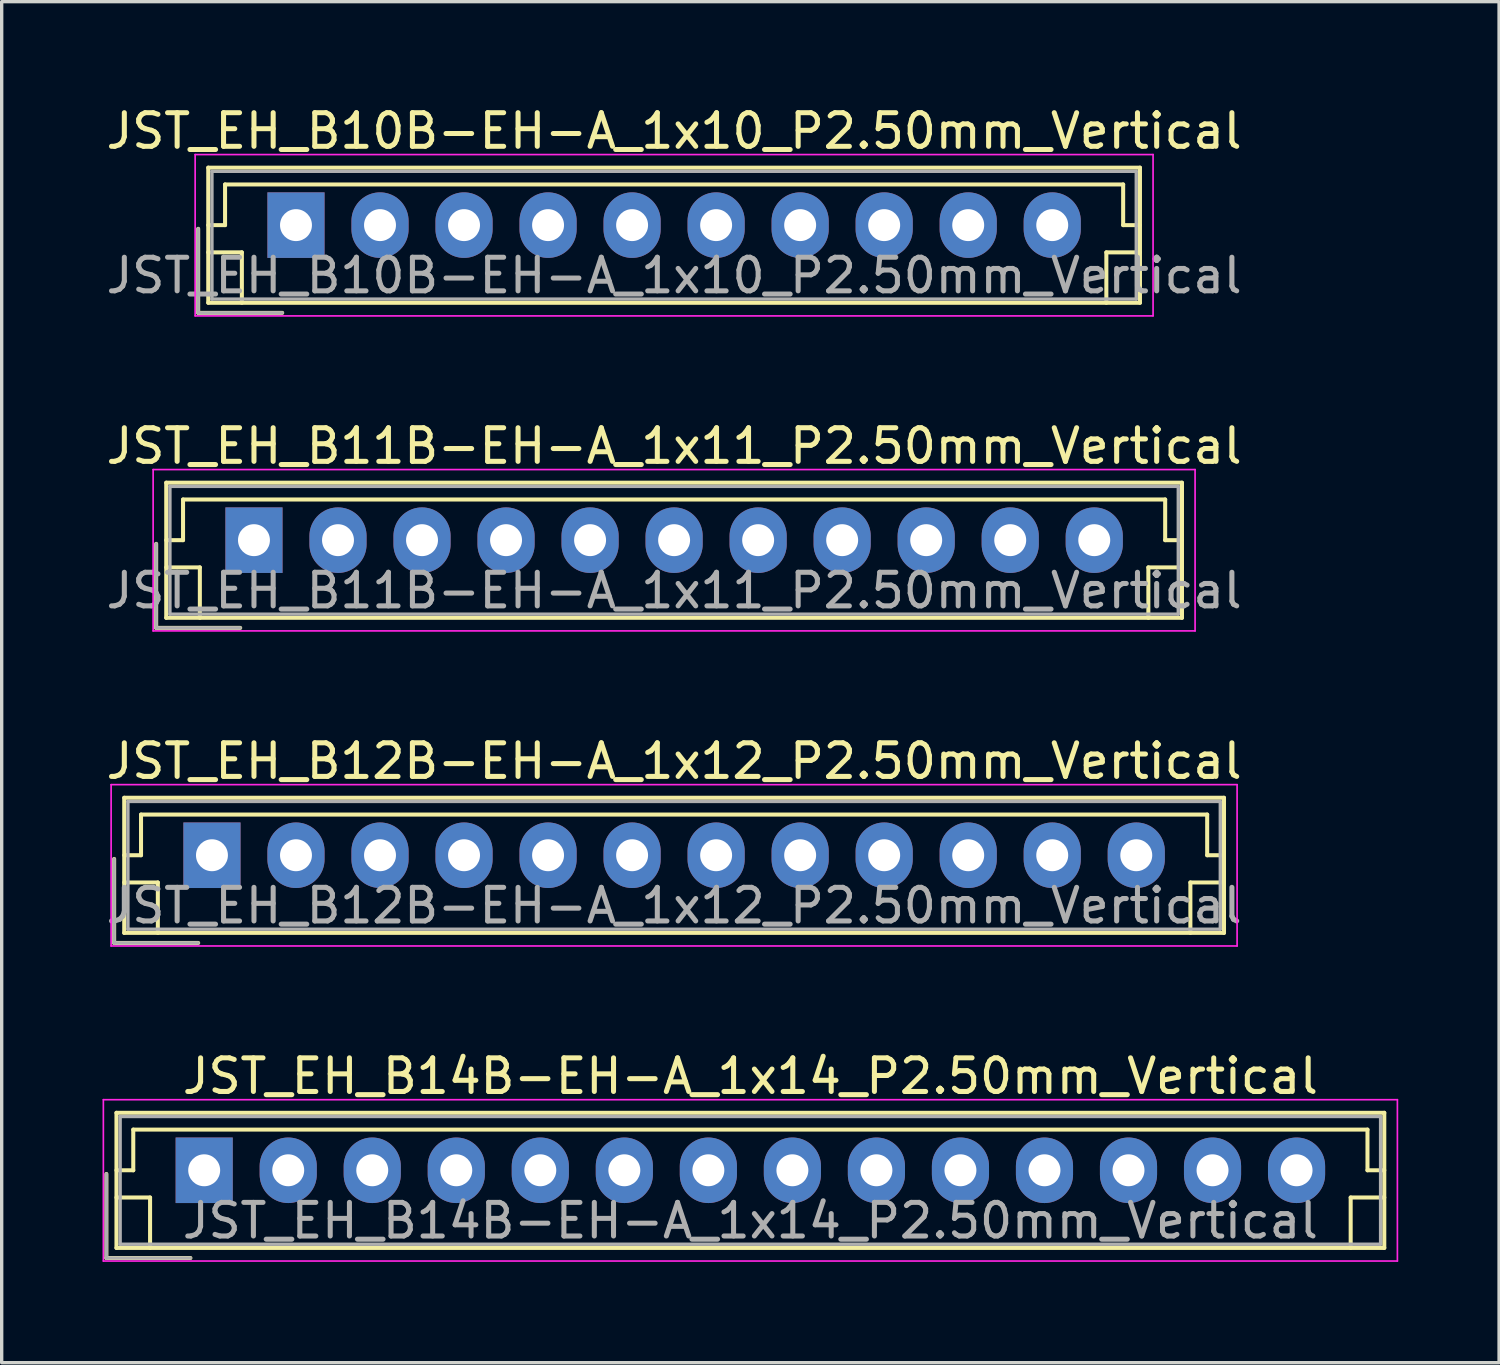
<source format=kicad_pcb>
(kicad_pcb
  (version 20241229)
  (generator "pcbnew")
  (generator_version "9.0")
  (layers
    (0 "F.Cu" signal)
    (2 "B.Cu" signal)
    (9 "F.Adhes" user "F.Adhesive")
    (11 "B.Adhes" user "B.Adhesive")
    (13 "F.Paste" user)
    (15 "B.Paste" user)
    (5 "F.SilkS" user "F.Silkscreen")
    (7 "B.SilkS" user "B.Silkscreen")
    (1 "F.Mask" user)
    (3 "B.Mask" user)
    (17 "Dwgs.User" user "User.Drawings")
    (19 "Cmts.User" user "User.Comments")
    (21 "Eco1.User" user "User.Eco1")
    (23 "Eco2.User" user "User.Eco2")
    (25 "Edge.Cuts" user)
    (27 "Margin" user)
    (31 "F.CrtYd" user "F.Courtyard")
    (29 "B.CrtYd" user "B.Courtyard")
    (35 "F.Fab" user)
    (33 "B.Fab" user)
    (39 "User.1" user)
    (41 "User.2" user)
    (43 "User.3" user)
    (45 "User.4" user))
  (footprint "JST_EH_B14B-EH-A_1x14_P2.50mm_Vertical"
    (layer "F.Cu")
    (at 3.025 31.768)
    (property "Reference" "JST_EH_B14B-EH-A_1x14_P2.50mm_Vertical" (at 16.25 -2.8 0) (layer "F.SilkS") (effects (font (size 1 1) (thickness 0.15))))
    (attr through_hole)
    (fp_line (start -2.91 0.11) (end -2.91 2.61) (stroke (width 0.12) (type solid)) (layer "F.SilkS"))
    (fp_line (start -2.91 2.61) (end -0.41 2.61) (stroke (width 0.12) (type solid)) (layer "F.SilkS"))
    (fp_line (start -2.61 -1.71) (end -2.61 2.31) (stroke (width 0.12) (type solid)) (layer "F.SilkS"))
    (fp_line (start -2.61 0) (end -2.11 0) (stroke (width 0.12) (type solid)) (layer "F.SilkS"))
    (fp_line (start -2.61 0.81) (end -1.61 0.81) (stroke (width 0.12) (type solid)) (layer "F.SilkS"))
    (fp_line (start -2.61 2.31) (end 35.11 2.31) (stroke (width 0.12) (type solid)) (layer "F.SilkS"))
    (fp_line (start -2.11 -1.21) (end 34.61 -1.21) (stroke (width 0.12) (type solid)) (layer "F.SilkS"))
    (fp_line (start -2.11 0) (end -2.11 -1.21) (stroke (width 0.12) (type solid)) (layer "F.SilkS"))
    (fp_line (start -1.61 0.81) (end -1.61 2.31) (stroke (width 0.12) (type solid)) (layer "F.SilkS"))
    (fp_line (start 34.11 0.81) (end 34.11 2.31) (stroke (width 0.12) (type solid)) (layer "F.SilkS"))
    (fp_line (start 34.61 -1.21) (end 34.61 0) (stroke (width 0.12) (type solid)) (layer "F.SilkS"))
    (fp_line (start 34.61 0) (end 35.11 0) (stroke (width 0.12) (type solid)) (layer "F.SilkS"))
    (fp_line (start 35.11 -1.71) (end -2.61 -1.71) (stroke (width 0.12) (type solid)) (layer "F.SilkS"))
    (fp_line (start 35.11 0.81) (end 34.11 0.81) (stroke (width 0.12) (type solid)) (layer "F.SilkS"))
    (fp_line (start 35.11 2.31) (end 35.11 -1.71) (stroke (width 0.12) (type solid)) (layer "F.SilkS"))
    (fp_line (start -3 -2.1) (end -3 2.7) (stroke (width 0.05) (type solid)) (layer "F.CrtYd"))
    (fp_line (start -3 2.7) (end 35.5 2.7) (stroke (width 0.05) (type solid)) (layer "F.CrtYd"))
    (fp_line (start 35.5 -2.1) (end -3 -2.1) (stroke (width 0.05) (type solid)) (layer "F.CrtYd"))
    (fp_line (start 35.5 2.7) (end 35.5 -2.1) (stroke (width 0.05) (type solid)) (layer "F.CrtYd"))
    (fp_line (start -2.91 0.11) (end -2.91 2.61) (stroke (width 0.1) (type solid)) (layer "F.Fab"))
    (fp_line (start -2.91 2.61) (end -0.41 2.61) (stroke (width 0.1) (type solid)) (layer "F.Fab"))
    (fp_line (start -2.5 -1.6) (end -2.5 2.2) (stroke (width 0.1) (type solid)) (layer "F.Fab"))
    (fp_line (start -2.5 2.2) (end 35 2.2) (stroke (width 0.1) (type solid)) (layer "F.Fab"))
    (fp_line (start 35 -1.6) (end -2.5 -1.6) (stroke (width 0.1) (type solid)) (layer "F.Fab"))
    (fp_line (start 35 2.2) (end 35 -1.6) (stroke (width 0.1) (type solid)) (layer "F.Fab"))
    (fp_text user "${REFERENCE}" (at 16.25 1.5 0) (layer "F.Fab") (effects (font (size 1 1) (thickness 0.15))))
    (pad "1" thru_hole rect (at 0 0) (size 1.7 1.95) (drill 0.95) (layers "*.Cu" "*.Mask"))
    (pad "2" thru_hole oval (at 2.5 0) (size 1.7 1.95) (drill 0.95) (layers "*.Cu" "*.Mask"))
    (pad "3" thru_hole oval (at 5 0) (size 1.7 1.95) (drill 0.95) (layers "*.Cu" "*.Mask"))
    (pad "4" thru_hole oval (at 7.5 0) (size 1.7 1.95) (drill 0.95) (layers "*.Cu" "*.Mask"))
    (pad "5" thru_hole oval (at 10 0) (size 1.7 1.95) (drill 0.95) (layers "*.Cu" "*.Mask"))
    (pad "6" thru_hole oval (at 12.5 0) (size 1.7 1.95) (drill 0.95) (layers "*.Cu" "*.Mask"))
    (pad "7" thru_hole oval (at 15 0) (size 1.7 1.95) (drill 0.95) (layers "*.Cu" "*.Mask"))
    (pad "8" thru_hole oval (at 17.5 0) (size 1.7 1.95) (drill 0.95) (layers "*.Cu" "*.Mask"))
    (pad "9" thru_hole oval (at 20 0) (size 1.7 1.95) (drill 0.95) (layers "*.Cu" "*.Mask"))
    (pad "10" thru_hole oval (at 22.5 0) (size 1.7 1.95) (drill 0.95) (layers "*.Cu" "*.Mask"))
    (pad "11" thru_hole oval (at 25 0) (size 1.7 1.95) (drill 0.95) (layers "*.Cu" "*.Mask"))
    (pad "12" thru_hole oval (at 27.5 0) (size 1.7 1.95) (drill 0.95) (layers "*.Cu" "*.Mask"))
    (pad "13" thru_hole oval (at 30 0) (size 1.7 1.95) (drill 0.95) (layers "*.Cu" "*.Mask"))
    (pad "14" thru_hole oval (at 32.5 0) (size 1.7 1.95) (drill 0.95) (layers "*.Cu" "*.Mask")))
  (footprint "JST_EH_B11B-EH-A_1x11_P2.50mm_Vertical"
    (layer "F.Cu")
    (at 4.506 13.021)
    (property "Reference" "JST_EH_B11B-EH-A_1x11_P2.50mm_Vertical" (at 12.5 -2.8 0) (layer "F.SilkS") (effects (font (size 1 1) (thickness 0.15))))
    (attr through_hole)
    (fp_line (start -2.91 0.11) (end -2.91 2.61) (stroke (width 0.12) (type solid)) (layer "F.SilkS"))
    (fp_line (start -2.91 2.61) (end -0.41 2.61) (stroke (width 0.12) (type solid)) (layer "F.SilkS"))
    (fp_line (start -2.61 -1.71) (end -2.61 2.31) (stroke (width 0.12) (type solid)) (layer "F.SilkS"))
    (fp_line (start -2.61 0) (end -2.11 0) (stroke (width 0.12) (type solid)) (layer "F.SilkS"))
    (fp_line (start -2.61 0.81) (end -1.61 0.81) (stroke (width 0.12) (type solid)) (layer "F.SilkS"))
    (fp_line (start -2.61 2.31) (end 27.61 2.31) (stroke (width 0.12) (type solid)) (layer "F.SilkS"))
    (fp_line (start -2.11 -1.21) (end 27.11 -1.21) (stroke (width 0.12) (type solid)) (layer "F.SilkS"))
    (fp_line (start -2.11 0) (end -2.11 -1.21) (stroke (width 0.12) (type solid)) (layer "F.SilkS"))
    (fp_line (start -1.61 0.81) (end -1.61 2.31) (stroke (width 0.12) (type solid)) (layer "F.SilkS"))
    (fp_line (start 26.61 0.81) (end 26.61 2.31) (stroke (width 0.12) (type solid)) (layer "F.SilkS"))
    (fp_line (start 27.11 -1.21) (end 27.11 0) (stroke (width 0.12) (type solid)) (layer "F.SilkS"))
    (fp_line (start 27.11 0) (end 27.61 0) (stroke (width 0.12) (type solid)) (layer "F.SilkS"))
    (fp_line (start 27.61 -1.71) (end -2.61 -1.71) (stroke (width 0.12) (type solid)) (layer "F.SilkS"))
    (fp_line (start 27.61 0.81) (end 26.61 0.81) (stroke (width 0.12) (type solid)) (layer "F.SilkS"))
    (fp_line (start 27.61 2.31) (end 27.61 -1.71) (stroke (width 0.12) (type solid)) (layer "F.SilkS"))
    (fp_line (start -3 -2.1) (end -3 2.7) (stroke (width 0.05) (type solid)) (layer "F.CrtYd"))
    (fp_line (start -3 2.7) (end 28 2.7) (stroke (width 0.05) (type solid)) (layer "F.CrtYd"))
    (fp_line (start 28 -2.1) (end -3 -2.1) (stroke (width 0.05) (type solid)) (layer "F.CrtYd"))
    (fp_line (start 28 2.7) (end 28 -2.1) (stroke (width 0.05) (type solid)) (layer "F.CrtYd"))
    (fp_line (start -2.91 0.11) (end -2.91 2.61) (stroke (width 0.1) (type solid)) (layer "F.Fab"))
    (fp_line (start -2.91 2.61) (end -0.41 2.61) (stroke (width 0.1) (type solid)) (layer "F.Fab"))
    (fp_line (start -2.5 -1.6) (end -2.5 2.2) (stroke (width 0.1) (type solid)) (layer "F.Fab"))
    (fp_line (start -2.5 2.2) (end 27.5 2.2) (stroke (width 0.1) (type solid)) (layer "F.Fab"))
    (fp_line (start 27.5 -1.6) (end -2.5 -1.6) (stroke (width 0.1) (type solid)) (layer "F.Fab"))
    (fp_line (start 27.5 2.2) (end 27.5 -1.6) (stroke (width 0.1) (type solid)) (layer "F.Fab"))
    (fp_text user "${REFERENCE}" (at 12.5 1.5 0) (layer "F.Fab") (effects (font (size 1 1) (thickness 0.15))))
    (pad "1" thru_hole rect (at 0 0) (size 1.7 1.95) (drill 0.95) (layers "*.Cu" "*.Mask"))
    (pad "2" thru_hole oval (at 2.5 0) (size 1.7 1.95) (drill 0.95) (layers "*.Cu" "*.Mask"))
    (pad "3" thru_hole oval (at 5 0) (size 1.7 1.95) (drill 0.95) (layers "*.Cu" "*.Mask"))
    (pad "4" thru_hole oval (at 7.5 0) (size 1.7 1.95) (drill 0.95) (layers "*.Cu" "*.Mask"))
    (pad "5" thru_hole oval (at 10 0) (size 1.7 1.95) (drill 0.95) (layers "*.Cu" "*.Mask"))
    (pad "6" thru_hole oval (at 12.5 0) (size 1.7 1.95) (drill 0.95) (layers "*.Cu" "*.Mask"))
    (pad "7" thru_hole oval (at 15 0) (size 1.7 1.95) (drill 0.95) (layers "*.Cu" "*.Mask"))
    (pad "8" thru_hole oval (at 17.5 0) (size 1.7 1.95) (drill 0.95) (layers "*.Cu" "*.Mask"))
    (pad "9" thru_hole oval (at 20 0) (size 1.7 1.95) (drill 0.95) (layers "*.Cu" "*.Mask"))
    (pad "10" thru_hole oval (at 22.5 0) (size 1.7 1.95) (drill 0.95) (layers "*.Cu" "*.Mask"))
    (pad "11" thru_hole oval (at 25 0) (size 1.7 1.95) (drill 0.95) (layers "*.Cu" "*.Mask")))
  (footprint "JST_EH_B12B-EH-A_1x12_P2.50mm_Vertical"
    (layer "F.Cu")
    (at 3.256 22.395)
    (property "Reference" "JST_EH_B12B-EH-A_1x12_P2.50mm_Vertical" (at 13.75 -2.8 0) (layer "F.SilkS") (effects (font (size 1 1) (thickness 0.15))))
    (attr through_hole)
    (fp_line (start -2.91 0.11) (end -2.91 2.61) (stroke (width 0.12) (type solid)) (layer "F.SilkS"))
    (fp_line (start -2.91 2.61) (end -0.41 2.61) (stroke (width 0.12) (type solid)) (layer "F.SilkS"))
    (fp_line (start -2.61 -1.71) (end -2.61 2.31) (stroke (width 0.12) (type solid)) (layer "F.SilkS"))
    (fp_line (start -2.61 0) (end -2.11 0) (stroke (width 0.12) (type solid)) (layer "F.SilkS"))
    (fp_line (start -2.61 0.81) (end -1.61 0.81) (stroke (width 0.12) (type solid)) (layer "F.SilkS"))
    (fp_line (start -2.61 2.31) (end 30.11 2.31) (stroke (width 0.12) (type solid)) (layer "F.SilkS"))
    (fp_line (start -2.11 -1.21) (end 29.61 -1.21) (stroke (width 0.12) (type solid)) (layer "F.SilkS"))
    (fp_line (start -2.11 0) (end -2.11 -1.21) (stroke (width 0.12) (type solid)) (layer "F.SilkS"))
    (fp_line (start -1.61 0.81) (end -1.61 2.31) (stroke (width 0.12) (type solid)) (layer "F.SilkS"))
    (fp_line (start 29.11 0.81) (end 29.11 2.31) (stroke (width 0.12) (type solid)) (layer "F.SilkS"))
    (fp_line (start 29.61 -1.21) (end 29.61 0) (stroke (width 0.12) (type solid)) (layer "F.SilkS"))
    (fp_line (start 29.61 0) (end 30.11 0) (stroke (width 0.12) (type solid)) (layer "F.SilkS"))
    (fp_line (start 30.11 -1.71) (end -2.61 -1.71) (stroke (width 0.12) (type solid)) (layer "F.SilkS"))
    (fp_line (start 30.11 0.81) (end 29.11 0.81) (stroke (width 0.12) (type solid)) (layer "F.SilkS"))
    (fp_line (start 30.11 2.31) (end 30.11 -1.71) (stroke (width 0.12) (type solid)) (layer "F.SilkS"))
    (fp_line (start -3 -2.1) (end -3 2.7) (stroke (width 0.05) (type solid)) (layer "F.CrtYd"))
    (fp_line (start -3 2.7) (end 30.5 2.7) (stroke (width 0.05) (type solid)) (layer "F.CrtYd"))
    (fp_line (start 30.5 -2.1) (end -3 -2.1) (stroke (width 0.05) (type solid)) (layer "F.CrtYd"))
    (fp_line (start 30.5 2.7) (end 30.5 -2.1) (stroke (width 0.05) (type solid)) (layer "F.CrtYd"))
    (fp_line (start -2.91 0.11) (end -2.91 2.61) (stroke (width 0.1) (type solid)) (layer "F.Fab"))
    (fp_line (start -2.91 2.61) (end -0.41 2.61) (stroke (width 0.1) (type solid)) (layer "F.Fab"))
    (fp_line (start -2.5 -1.6) (end -2.5 2.2) (stroke (width 0.1) (type solid)) (layer "F.Fab"))
    (fp_line (start -2.5 2.2) (end 30 2.2) (stroke (width 0.1) (type solid)) (layer "F.Fab"))
    (fp_line (start 30 -1.6) (end -2.5 -1.6) (stroke (width 0.1) (type solid)) (layer "F.Fab"))
    (fp_line (start 30 2.2) (end 30 -1.6) (stroke (width 0.1) (type solid)) (layer "F.Fab"))
    (fp_text user "${REFERENCE}" (at 13.75 1.5 0) (layer "F.Fab") (effects (font (size 1 1) (thickness 0.15))))
    (pad "1" thru_hole rect (at 0 0) (size 1.7 1.95) (drill 0.95) (layers "*.Cu" "*.Mask"))
    (pad "2" thru_hole oval (at 2.5 0) (size 1.7 1.95) (drill 0.95) (layers "*.Cu" "*.Mask"))
    (pad "3" thru_hole oval (at 5 0) (size 1.7 1.95) (drill 0.95) (layers "*.Cu" "*.Mask"))
    (pad "4" thru_hole oval (at 7.5 0) (size 1.7 1.95) (drill 0.95) (layers "*.Cu" "*.Mask"))
    (pad "5" thru_hole oval (at 10 0) (size 1.7 1.95) (drill 0.95) (layers "*.Cu" "*.Mask"))
    (pad "6" thru_hole oval (at 12.5 0) (size 1.7 1.95) (drill 0.95) (layers "*.Cu" "*.Mask"))
    (pad "7" thru_hole oval (at 15 0) (size 1.7 1.95) (drill 0.95) (layers "*.Cu" "*.Mask"))
    (pad "8" thru_hole oval (at 17.5 0) (size 1.7 1.95) (drill 0.95) (layers "*.Cu" "*.Mask"))
    (pad "9" thru_hole oval (at 20 0) (size 1.7 1.95) (drill 0.95) (layers "*.Cu" "*.Mask"))
    (pad "10" thru_hole oval (at 22.5 0) (size 1.7 1.95) (drill 0.95) (layers "*.Cu" "*.Mask"))
    (pad "11" thru_hole oval (at 25 0) (size 1.7 1.95) (drill 0.95) (layers "*.Cu" "*.Mask"))
    (pad "12" thru_hole oval (at 27.5 0) (size 1.7 1.95) (drill 0.95) (layers "*.Cu" "*.Mask")))
  (footprint "JST_EH_B10B-EH-A_1x10_P2.50mm_Vertical"
    (layer "F.Cu")
    (at 5.756 3.648)
    (property "Reference" "JST_EH_B10B-EH-A_1x10_P2.50mm_Vertical" (at 11.25 -2.8 0) (layer "F.SilkS") (effects (font (size 1 1) (thickness 0.15))))
    (attr through_hole)
    (fp_line (start -2.91 0.11) (end -2.91 2.61) (stroke (width 0.12) (type solid)) (layer "F.SilkS"))
    (fp_line (start -2.91 2.61) (end -0.41 2.61) (stroke (width 0.12) (type solid)) (layer "F.SilkS"))
    (fp_line (start -2.61 -1.71) (end -2.61 2.31) (stroke (width 0.12) (type solid)) (layer "F.SilkS"))
    (fp_line (start -2.61 0) (end -2.11 0) (stroke (width 0.12) (type solid)) (layer "F.SilkS"))
    (fp_line (start -2.61 0.81) (end -1.61 0.81) (stroke (width 0.12) (type solid)) (layer "F.SilkS"))
    (fp_line (start -2.61 2.31) (end 25.11 2.31) (stroke (width 0.12) (type solid)) (layer "F.SilkS"))
    (fp_line (start -2.11 -1.21) (end 24.61 -1.21) (stroke (width 0.12) (type solid)) (layer "F.SilkS"))
    (fp_line (start -2.11 0) (end -2.11 -1.21) (stroke (width 0.12) (type solid)) (layer "F.SilkS"))
    (fp_line (start -1.61 0.81) (end -1.61 2.31) (stroke (width 0.12) (type solid)) (layer "F.SilkS"))
    (fp_line (start 24.11 0.81) (end 24.11 2.31) (stroke (width 0.12) (type solid)) (layer "F.SilkS"))
    (fp_line (start 24.61 -1.21) (end 24.61 0) (stroke (width 0.12) (type solid)) (layer "F.SilkS"))
    (fp_line (start 24.61 0) (end 25.11 0) (stroke (width 0.12) (type solid)) (layer "F.SilkS"))
    (fp_line (start 25.11 -1.71) (end -2.61 -1.71) (stroke (width 0.12) (type solid)) (layer "F.SilkS"))
    (fp_line (start 25.11 0.81) (end 24.11 0.81) (stroke (width 0.12) (type solid)) (layer "F.SilkS"))
    (fp_line (start 25.11 2.31) (end 25.11 -1.71) (stroke (width 0.12) (type solid)) (layer "F.SilkS"))
    (fp_line (start -3 -2.1) (end -3 2.7) (stroke (width 0.05) (type solid)) (layer "F.CrtYd"))
    (fp_line (start -3 2.7) (end 25.5 2.7) (stroke (width 0.05) (type solid)) (layer "F.CrtYd"))
    (fp_line (start 25.5 -2.1) (end -3 -2.1) (stroke (width 0.05) (type solid)) (layer "F.CrtYd"))
    (fp_line (start 25.5 2.7) (end 25.5 -2.1) (stroke (width 0.05) (type solid)) (layer "F.CrtYd"))
    (fp_line (start -2.91 0.11) (end -2.91 2.61) (stroke (width 0.1) (type solid)) (layer "F.Fab"))
    (fp_line (start -2.91 2.61) (end -0.41 2.61) (stroke (width 0.1) (type solid)) (layer "F.Fab"))
    (fp_line (start -2.5 -1.6) (end -2.5 2.2) (stroke (width 0.1) (type solid)) (layer "F.Fab"))
    (fp_line (start -2.5 2.2) (end 25 2.2) (stroke (width 0.1) (type solid)) (layer "F.Fab"))
    (fp_line (start 25 -1.6) (end -2.5 -1.6) (stroke (width 0.1) (type solid)) (layer "F.Fab"))
    (fp_line (start 25 2.2) (end 25 -1.6) (stroke (width 0.1) (type solid)) (layer "F.Fab"))
    (fp_text user "${REFERENCE}" (at 11.25 1.5 0) (layer "F.Fab") (effects (font (size 1 1) (thickness 0.15))))
    (pad "1" thru_hole rect (at 0 0) (size 1.7 1.95) (drill 0.95) (layers "*.Cu" "*.Mask"))
    (pad "2" thru_hole oval (at 2.5 0) (size 1.7 1.95) (drill 0.95) (layers "*.Cu" "*.Mask"))
    (pad "3" thru_hole oval (at 5 0) (size 1.7 1.95) (drill 0.95) (layers "*.Cu" "*.Mask"))
    (pad "4" thru_hole oval (at 7.5 0) (size 1.7 1.95) (drill 0.95) (layers "*.Cu" "*.Mask"))
    (pad "5" thru_hole oval (at 10 0) (size 1.7 1.95) (drill 0.95) (layers "*.Cu" "*.Mask"))
    (pad "6" thru_hole oval (at 12.5 0) (size 1.7 1.95) (drill 0.95) (layers "*.Cu" "*.Mask"))
    (pad "7" thru_hole oval (at 15 0) (size 1.7 1.95) (drill 0.95) (layers "*.Cu" "*.Mask"))
    (pad "8" thru_hole oval (at 17.5 0) (size 1.7 1.95) (drill 0.95) (layers "*.Cu" "*.Mask"))
    (pad "9" thru_hole oval (at 20 0) (size 1.7 1.95) (drill 0.95) (layers "*.Cu" "*.Mask"))
    (pad "10" thru_hole oval (at 22.5 0) (size 1.7 1.95) (drill 0.95) (layers "*.Cu" "*.Mask")))
  (gr_rect
    (start -3 -3)
    (end 41.55 37.493)
    (stroke (width 0.1) (type default))
    (fill no)
    (layer "Edge.Cuts")))
</source>
